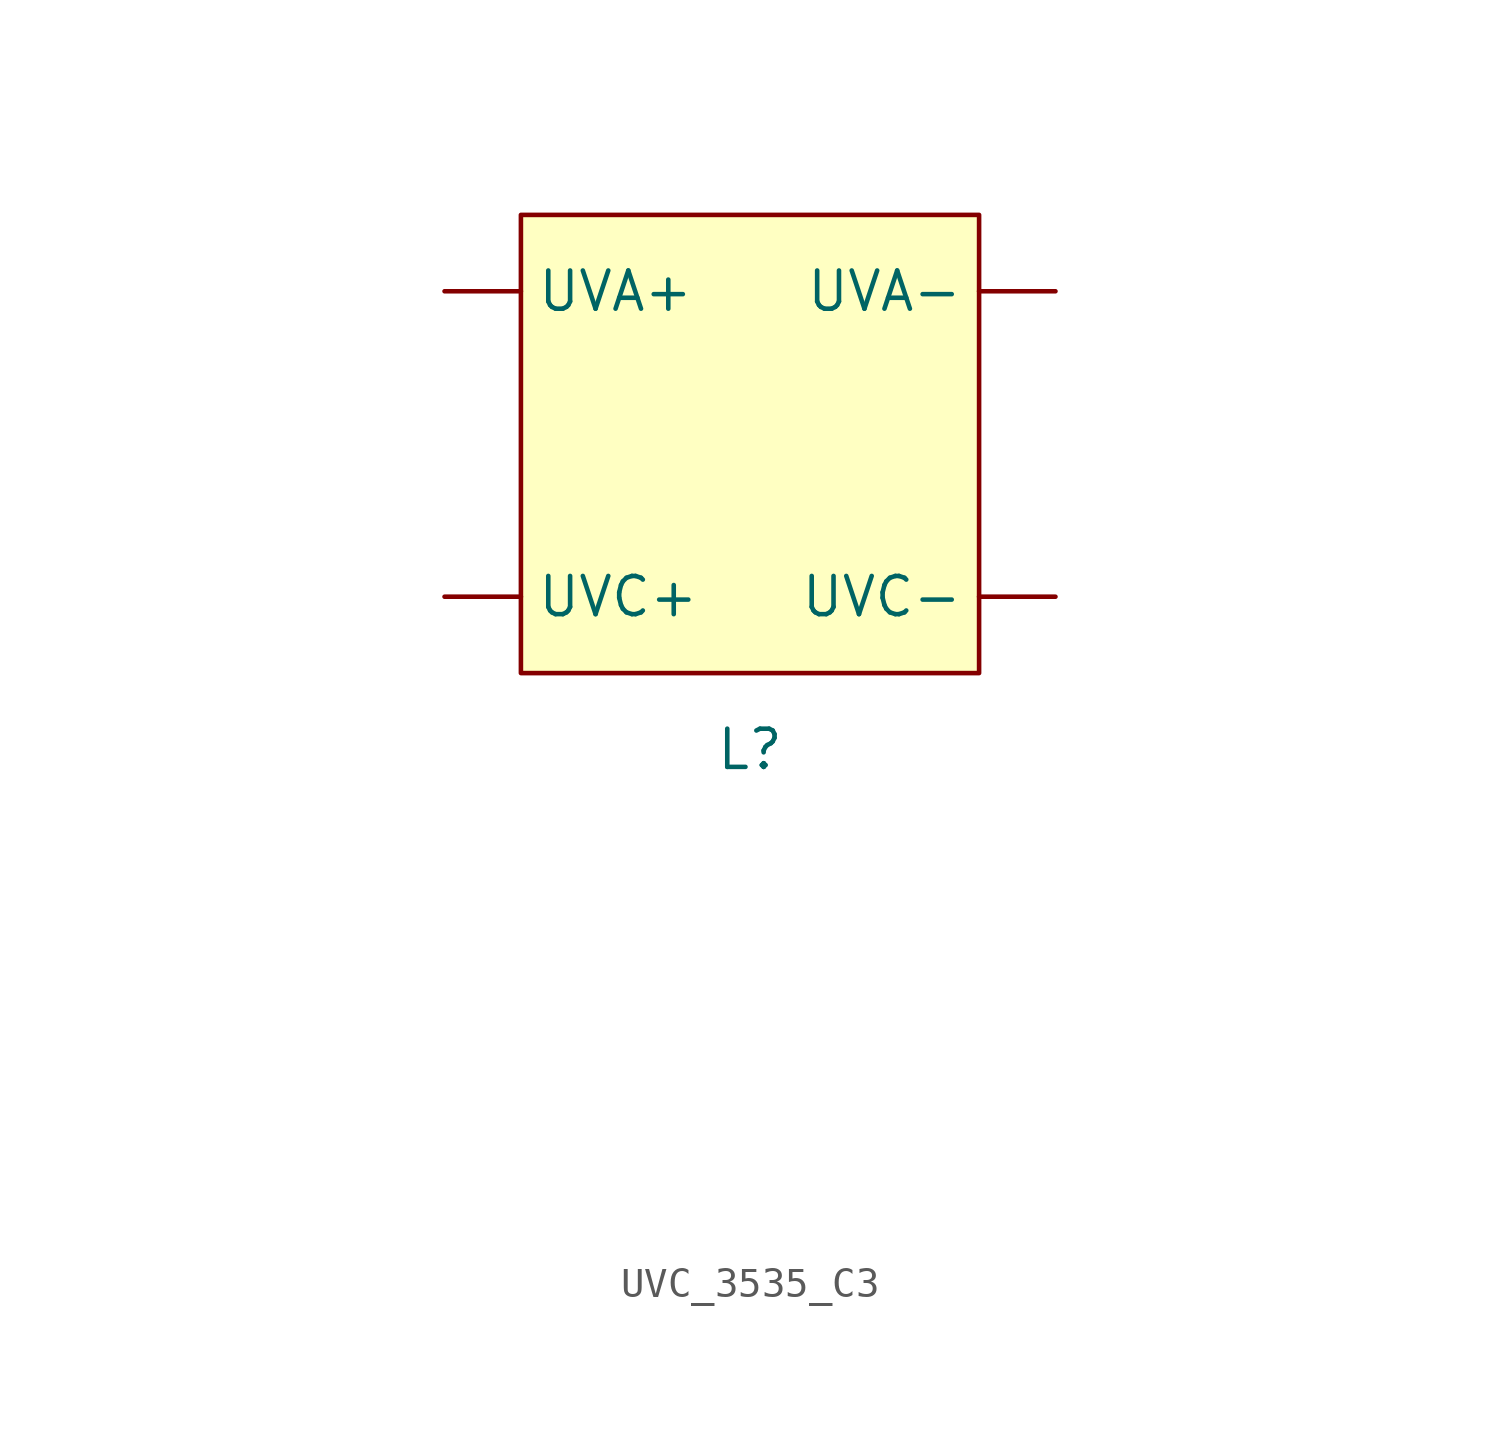
<source format=kicad_sym>
(kicad_symbol_lib
  (version 20220914)
  (generator kicad_symbol_editor)
  (symbol "UVC_3535_C3"
    (property "Reference" "L"
      (at 0 -10.16 0)
      (effects (font (size 1.27 1.27))))
    (property "Value" ""
      (at 0 0 0)
      (effects (font (size 1.27 1.27))))
    (symbol "UVC_3535_C3_1_1"
      (rectangle (start -7.62 7.62) (end 7.62 -7.62) (stroke (width 0) (type default)) (fill (type background)))
      (text private "MAximum forward current 20mA\n\nUVA\nForward voltage min 3.0V max 3.6V\nUVC\nForward voltage min 5.0V max 7.0V" (at 0 -17.78 0) (effects (font (size 1.27 1.27))))
      (pin input line (at -10.16 5.08 0) (length 2.54) (name "UVA+" (effects (font (size 1.27 1.27)))) (number "" (effects (font (size 1.27 1.27)))))
      (pin output line (at 10.16 5.08 180) (length 2.54) (name "UVA-" (effects (font (size 1.27 1.27)))) (number "" (effects (font (size 1.27 1.27)))))
      (pin input line (at -10.16 -5.08 0) (length 2.54) (name "UVC+" (effects (font (size 1.27 1.27)))) (number "" (effects (font (size 1.27 1.27)))))
      (pin output line (at 10.16 -5.08 180) (length 2.54) (name "UVC-" (effects (font (size 1.27 1.27)))) (number "" (effects (font (size 1.27 1.27))))))))
</source>
